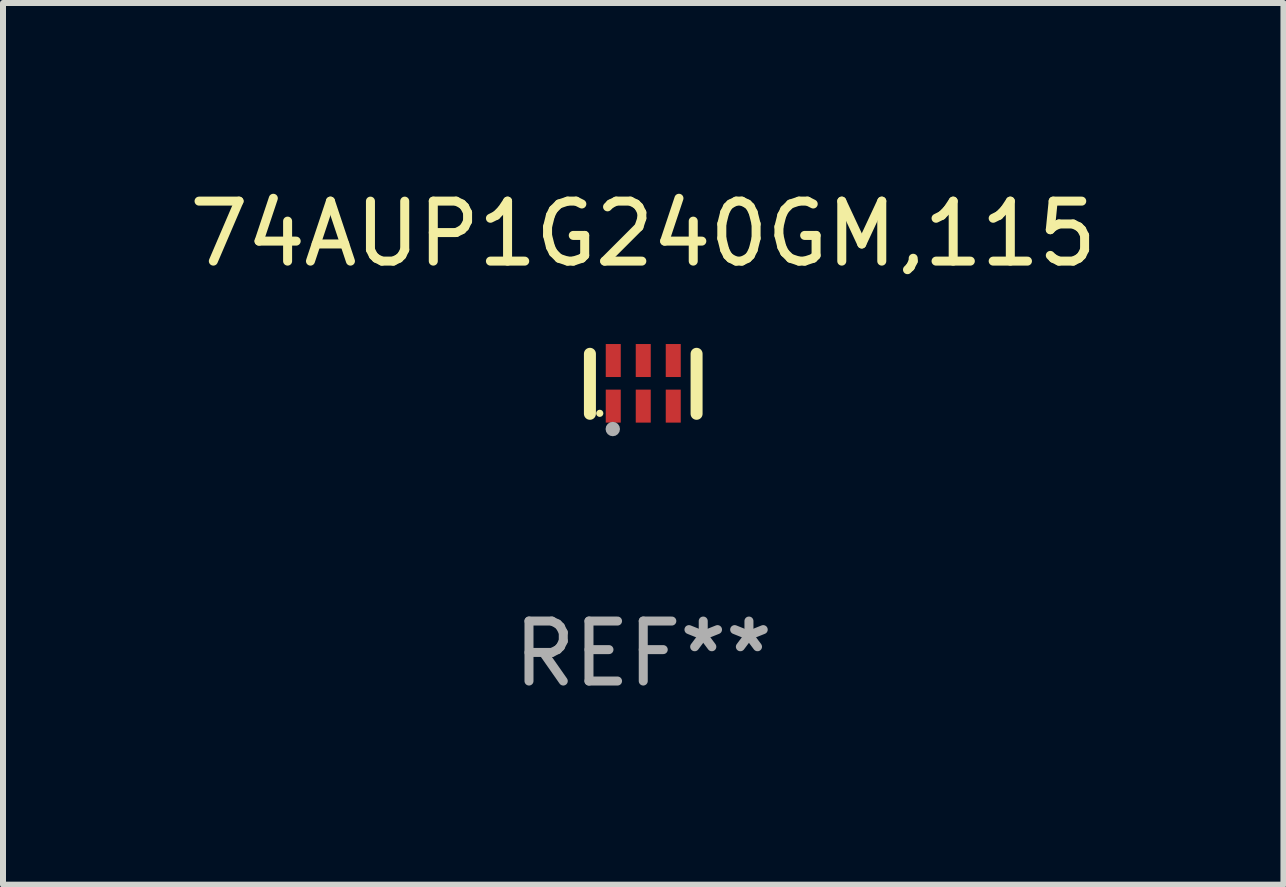
<source format=kicad_pcb>
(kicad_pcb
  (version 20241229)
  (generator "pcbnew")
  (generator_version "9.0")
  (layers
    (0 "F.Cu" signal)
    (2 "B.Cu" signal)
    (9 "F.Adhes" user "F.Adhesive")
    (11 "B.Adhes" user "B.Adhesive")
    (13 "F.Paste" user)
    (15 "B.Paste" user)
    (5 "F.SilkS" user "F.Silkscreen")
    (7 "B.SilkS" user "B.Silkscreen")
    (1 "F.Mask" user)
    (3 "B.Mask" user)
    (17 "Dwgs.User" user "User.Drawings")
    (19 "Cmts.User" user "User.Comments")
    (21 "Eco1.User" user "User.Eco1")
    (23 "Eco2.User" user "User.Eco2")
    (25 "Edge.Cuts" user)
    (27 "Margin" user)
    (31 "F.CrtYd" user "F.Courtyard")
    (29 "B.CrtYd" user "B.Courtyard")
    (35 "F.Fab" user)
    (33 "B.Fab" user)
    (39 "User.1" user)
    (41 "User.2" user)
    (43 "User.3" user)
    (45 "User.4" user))
  (footprint "74AUP1G240GM,115"
    (layer "F.Cu")
    (at 7.673 3.348)
    (property "Reference" "74AUP1G240GM,115" (at 0 -2.5 0) (layer "F.SilkS") (effects (font (size 1 1) (thickness 0.15))))
    (attr through_hole)
    (fp_line (start -0.889 0.5) (end -0.889 -0.5) (stroke (width 0.2) (type solid)) (layer "F.SilkS"))
    (fp_line (start 0.889 0.5) (end 0.889 -0.5) (stroke (width 0.2) (type solid)) (layer "F.SilkS"))
    (fp_circle (center -0.725 0.492) (end -0.695 0.492) (stroke (width 0.06) (type solid)) (fill no) (layer "F.SilkS"))
    (fp_circle (center -0.508 0.754) (end -0.448 0.754) (stroke (width 0.12) (type solid)) (fill no) (layer "F.Fab"))
    (fp_text user "REF**" (at 0 4.5 0) (layer "F.Fab") (effects (font (size 1 1) (thickness 0.15))))
    (pad "1" smd rect (at -0.5 0.372) (size 0.25 0.55) (layers "F.Cu" "F.Mask" "F.Paste"))
    (pad "2" smd rect (at -0.000127 0.372) (size 0.25 0.55) (layers "F.Cu" "F.Mask" "F.Paste"))
    (pad "3" smd rect (at 0.5 0.372) (size 0.25 0.55) (layers "F.Cu" "F.Mask" "F.Paste"))
    (pad "4" smd rect (at 0.5 -0.388 180) (size 0.25 0.55) (layers "F.Cu" "F.Mask" "F.Paste"))
    (pad "5" smd rect (at -0.000127 -0.388 180) (size 0.25 0.55) (layers "F.Cu" "F.Mask" "F.Paste"))
    (pad "6" smd rect (at -0.5 -0.388 180) (size 0.25 0.55) (layers "F.Cu" "F.Mask" "F.Paste")))
  (gr_rect
    (start -3 -3)
    (end 18.345 11.697)
    (stroke (width 0.1) (type default))
    (fill no)
    (layer "Edge.Cuts")))
</source>
